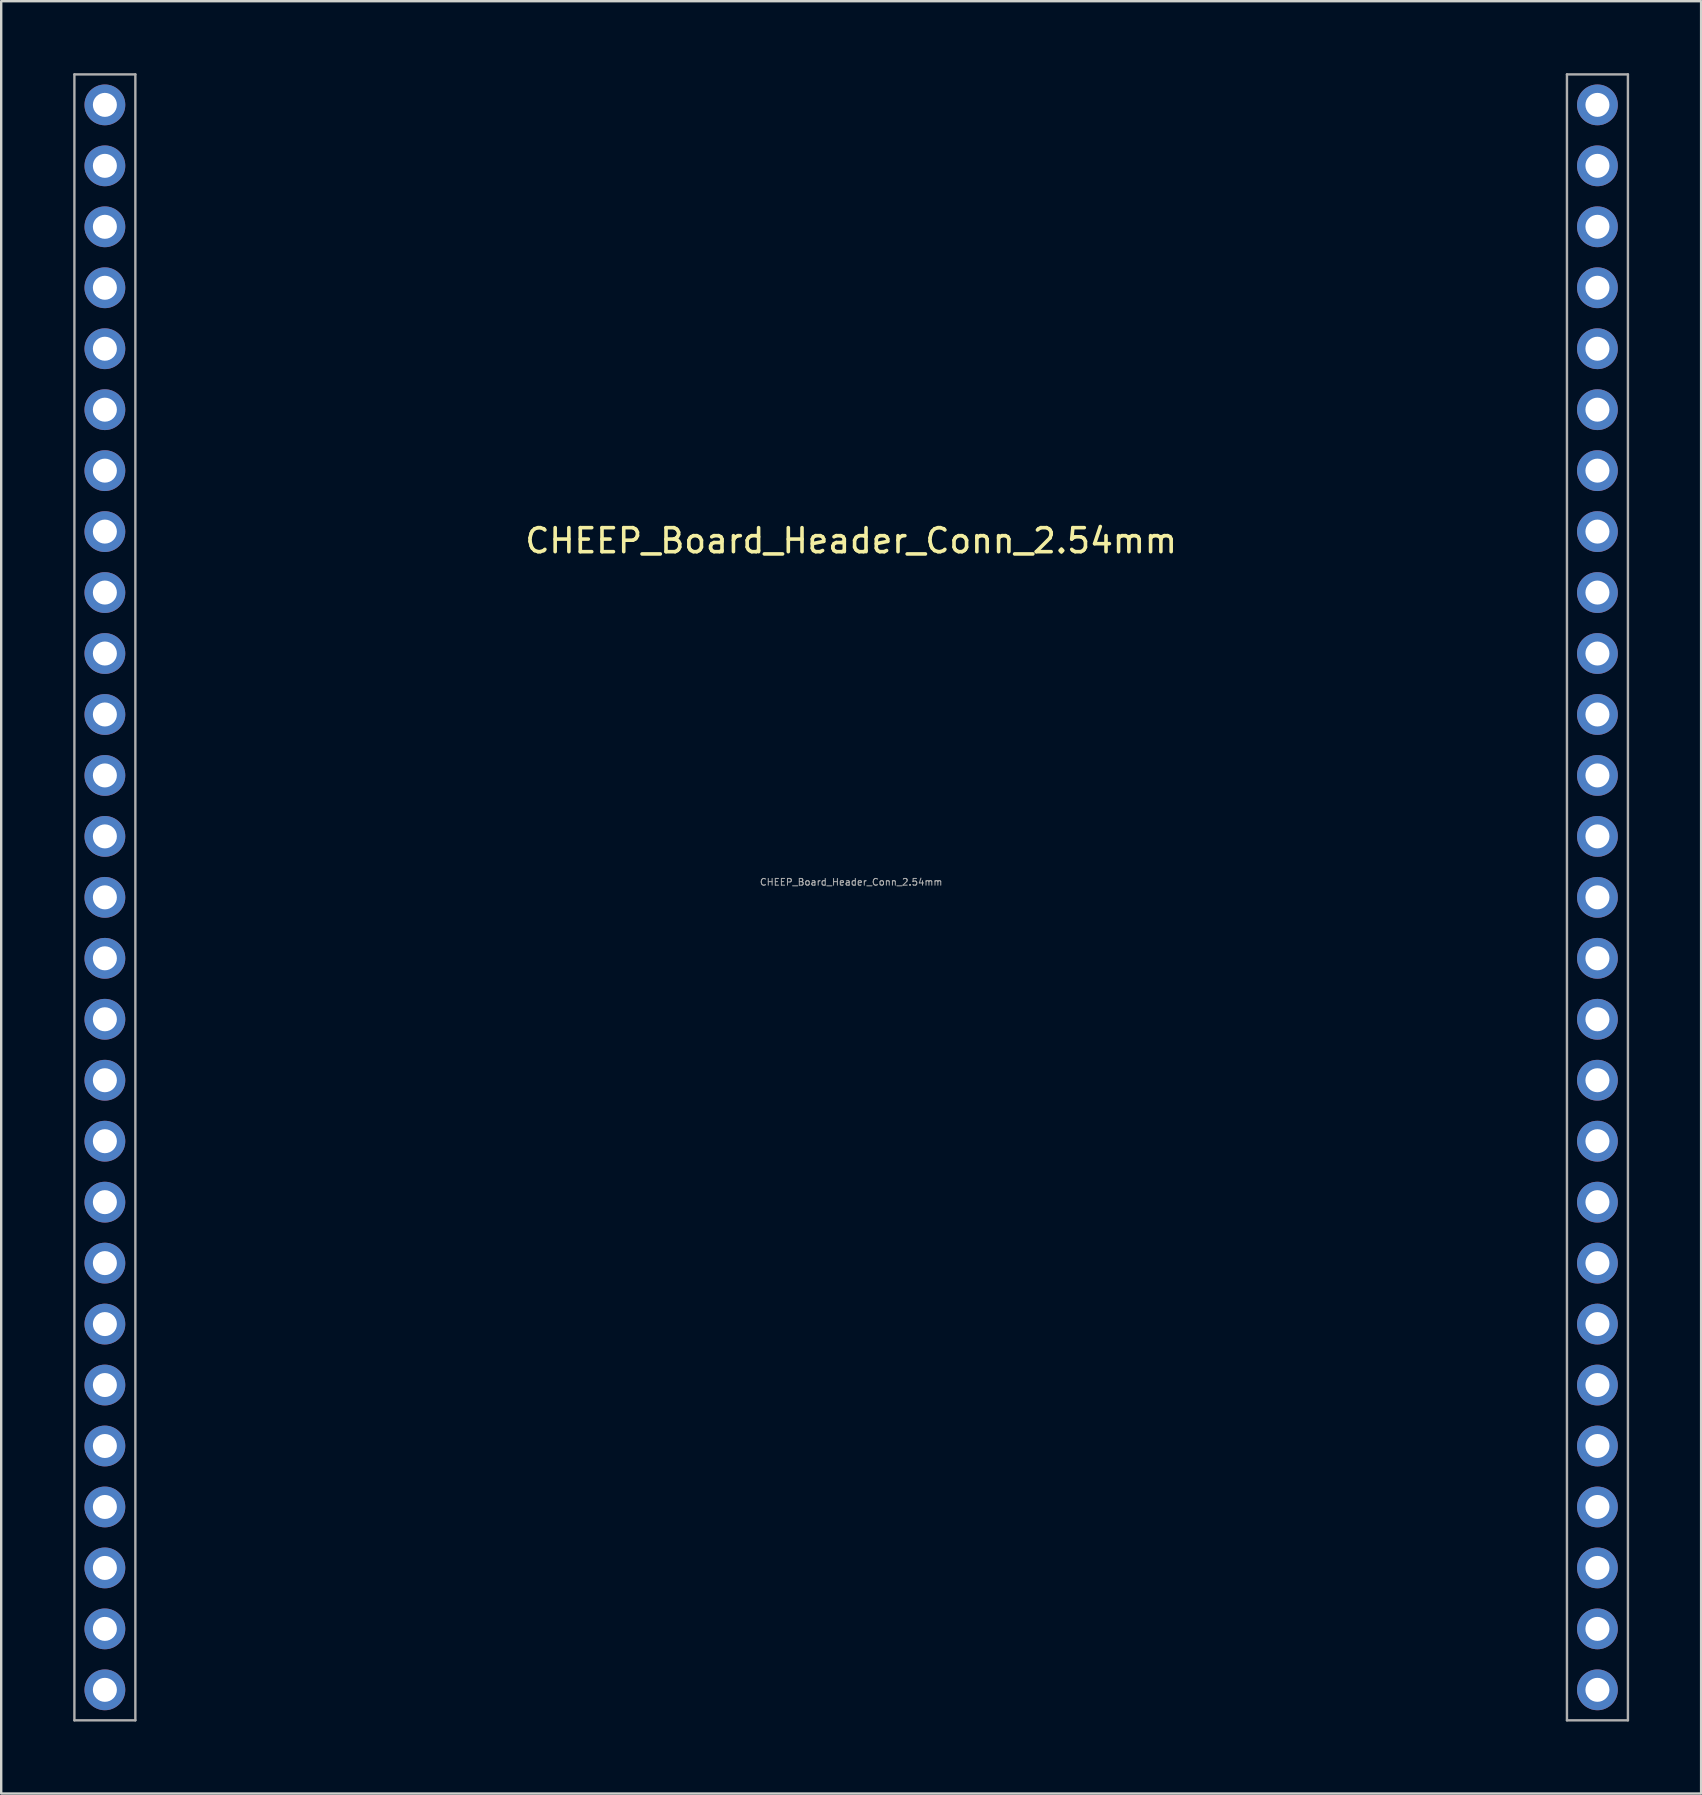
<source format=kicad_pcb>
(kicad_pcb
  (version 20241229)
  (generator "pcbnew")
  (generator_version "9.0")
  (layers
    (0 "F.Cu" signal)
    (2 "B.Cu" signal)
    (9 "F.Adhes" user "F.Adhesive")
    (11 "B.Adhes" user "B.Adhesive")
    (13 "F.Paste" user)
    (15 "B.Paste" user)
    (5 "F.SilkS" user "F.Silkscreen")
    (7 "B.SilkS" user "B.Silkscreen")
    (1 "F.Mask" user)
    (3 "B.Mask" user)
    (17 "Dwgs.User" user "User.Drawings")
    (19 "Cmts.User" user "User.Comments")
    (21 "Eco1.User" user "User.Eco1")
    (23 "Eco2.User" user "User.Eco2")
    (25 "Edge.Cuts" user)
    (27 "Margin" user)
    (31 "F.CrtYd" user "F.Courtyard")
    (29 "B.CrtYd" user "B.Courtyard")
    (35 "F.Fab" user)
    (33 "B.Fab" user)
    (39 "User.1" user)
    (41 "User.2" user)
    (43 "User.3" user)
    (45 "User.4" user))
  (footprint "CHEEP_Board_Header_Conn_2.54mm"
    (layer "F.Cu")
    (at 32.415 34.34)
    (property "Reference" "CHEEP_Board_Header_Conn_2.54mm" (at 0 -14.859 0) (unlocked yes) (layer "F.SilkS") (effects (font (size 1 1) (thickness 0.15))))
    (attr smd)
    (fp_line (start -32.365 -34.29) (end -29.825 -34.29) (stroke (width 0.1) (type solid)) (layer "F.Fab"))
    (fp_line (start -32.365 34.29) (end -32.365 -34.29) (stroke (width 0.1) (type solid)) (layer "F.Fab"))
    (fp_line (start -29.825 -34.29) (end -29.825 34.29) (stroke (width 0.1) (type solid)) (layer "F.Fab"))
    (fp_line (start -29.825 34.29) (end -32.365 34.29) (stroke (width 0.1) (type solid)) (layer "F.Fab"))
    (fp_line (start 29.825 -34.29) (end 29.825 34.29) (stroke (width 0.1) (type solid)) (layer "F.Fab"))
    (fp_line (start 29.825 34.29) (end 32.365 34.29) (stroke (width 0.1) (type solid)) (layer "F.Fab"))
    (fp_line (start 32.365 -34.29) (end 29.825 -34.29) (stroke (width 0.1) (type solid)) (layer "F.Fab"))
    (fp_line (start 32.365 34.29) (end 32.365 -34.29) (stroke (width 0.1) (type solid)) (layer "F.Fab"))
    (fp_text user "${REFERENCE}" (at 0 -0.635 0) (unlocked yes) (layer "F.Fab") (effects (font (size 0.28 0.28) (thickness 0.042))))
    (pad "1" thru_hole oval (at -31.095 -33.02) (size 1.7 1.7) (drill 1) (layers "*.Cu" "*.Mask"))
    (pad "2" thru_hole oval (at -31.095 -30.48) (size 1.7 1.7) (drill 1) (layers "*.Cu" "*.Mask"))
    (pad "3" thru_hole oval (at -31.095 -27.94) (size 1.7 1.7) (drill 1) (layers "*.Cu" "*.Mask"))
    (pad "4" thru_hole oval (at -31.095 -25.4) (size 1.7 1.7) (drill 1) (layers "*.Cu" "*.Mask"))
    (pad "5" thru_hole oval (at -31.095 -22.86) (size 1.7 1.7) (drill 1) (layers "*.Cu" "*.Mask"))
    (pad "6" thru_hole oval (at -31.095 -20.32) (size 1.7 1.7) (drill 1) (layers "*.Cu" "*.Mask"))
    (pad "7" thru_hole oval (at -31.095 -17.78) (size 1.7 1.7) (drill 1) (layers "*.Cu" "*.Mask"))
    (pad "8" thru_hole oval (at -31.095 -15.24) (size 1.7 1.7) (drill 1) (layers "*.Cu" "*.Mask"))
    (pad "9" thru_hole oval (at -31.095 -12.7) (size 1.7 1.7) (drill 1) (layers "*.Cu" "*.Mask"))
    (pad "10" thru_hole oval (at -31.095 -10.16) (size 1.7 1.7) (drill 1) (layers "*.Cu" "*.Mask"))
    (pad "11" thru_hole oval (at -31.095 -7.62) (size 1.7 1.7) (drill 1) (layers "*.Cu" "*.Mask"))
    (pad "12" thru_hole oval (at -31.095 -5.08) (size 1.7 1.7) (drill 1) (layers "*.Cu" "*.Mask"))
    (pad "13" thru_hole oval (at -31.095 -2.54) (size 1.7 1.7) (drill 1) (layers "*.Cu" "*.Mask"))
    (pad "14" thru_hole oval (at -31.095 0) (size 1.7 1.7) (drill 1) (layers "*.Cu" "*.Mask"))
    (pad "15" thru_hole oval (at -31.095 2.54) (size 1.7 1.7) (drill 1) (layers "*.Cu" "*.Mask"))
    (pad "16" thru_hole oval (at -31.095 5.08) (size 1.7 1.7) (drill 1) (layers "*.Cu" "*.Mask"))
    (pad "17" thru_hole oval (at -31.095 7.62) (size 1.7 1.7) (drill 1) (layers "*.Cu" "*.Mask"))
    (pad "18" thru_hole oval (at -31.095 10.16) (size 1.7 1.7) (drill 1) (layers "*.Cu" "*.Mask"))
    (pad "19" thru_hole oval (at -31.095 12.7) (size 1.7 1.7) (drill 1) (layers "*.Cu" "*.Mask"))
    (pad "20" thru_hole oval (at -31.095 15.24) (size 1.7 1.7) (drill 1) (layers "*.Cu" "*.Mask"))
    (pad "21" thru_hole oval (at -31.095 17.78) (size 1.7 1.7) (drill 1) (layers "*.Cu" "*.Mask"))
    (pad "22" thru_hole oval (at -31.095 20.32) (size 1.7 1.7) (drill 1) (layers "*.Cu" "*.Mask"))
    (pad "23" thru_hole oval (at -31.095 22.86) (size 1.7 1.7) (drill 1) (layers "*.Cu" "*.Mask"))
    (pad "24" thru_hole oval (at -31.095 25.4) (size 1.7 1.7) (drill 1) (layers "*.Cu" "*.Mask"))
    (pad "25" thru_hole oval (at -31.095 27.94) (size 1.7 1.7) (drill 1) (layers "*.Cu" "*.Mask"))
    (pad "26" thru_hole oval (at -31.095 30.48) (size 1.7 1.7) (drill 1) (layers "*.Cu" "*.Mask"))
    (pad "27" thru_hole oval (at -31.095 33.02) (size 1.7 1.7) (drill 1) (layers "*.Cu" "*.Mask"))
    (pad "28" thru_hole oval (at 31.095 33.02 180) (size 1.7 1.7) (drill 1) (layers "*.Cu" "*.Mask"))
    (pad "29" thru_hole oval (at 31.095 30.48 180) (size 1.7 1.7) (drill 1) (layers "*.Cu" "*.Mask"))
    (pad "30" thru_hole oval (at 31.095 27.94 180) (size 1.7 1.7) (drill 1) (layers "*.Cu" "*.Mask"))
    (pad "31" thru_hole oval (at 31.095 25.4 180) (size 1.7 1.7) (drill 1) (layers "*.Cu" "*.Mask"))
    (pad "32" thru_hole oval (at 31.095 22.86) (size 1.7 1.7) (drill 1) (layers "*.Cu" "*.Mask"))
    (pad "33" thru_hole oval (at 31.095 20.32) (size 1.7 1.7) (drill 1) (layers "*.Cu" "*.Mask"))
    (pad "34" thru_hole oval (at 31.095 17.78) (size 1.7 1.7) (drill 1) (layers "*.Cu" "*.Mask"))
    (pad "35" thru_hole oval (at 31.095 15.24) (size 1.7 1.7) (drill 1) (layers "*.Cu" "*.Mask"))
    (pad "36" thru_hole oval (at 31.095 12.7) (size 1.7 1.7) (drill 1) (layers "*.Cu" "*.Mask"))
    (pad "37" thru_hole oval (at 31.095 10.16) (size 1.7 1.7) (drill 1) (layers "*.Cu" "*.Mask"))
    (pad "38" thru_hole oval (at 31.095 7.62) (size 1.7 1.7) (drill 1) (layers "*.Cu" "*.Mask"))
    (pad "39" thru_hole oval (at 31.095 5.08) (size 1.7 1.7) (drill 1) (layers "*.Cu" "*.Mask"))
    (pad "40" thru_hole oval (at 31.095 2.54) (size 1.7 1.7) (drill 1) (layers "*.Cu" "*.Mask"))
    (pad "41" thru_hole oval (at 31.095 0) (size 1.7 1.7) (drill 1) (layers "*.Cu" "*.Mask"))
    (pad "42" thru_hole oval (at 31.095 -2.54) (size 1.7 1.7) (drill 1) (layers "*.Cu" "*.Mask"))
    (pad "43" thru_hole oval (at 31.095 -5.08) (size 1.7 1.7) (drill 1) (layers "*.Cu" "*.Mask"))
    (pad "44" thru_hole oval (at 31.095 -7.62) (size 1.7 1.7) (drill 1) (layers "*.Cu" "*.Mask"))
    (pad "45" thru_hole oval (at 31.095 -10.16) (size 1.7 1.7) (drill 1) (layers "*.Cu" "*.Mask"))
    (pad "46" thru_hole oval (at 31.095 -12.7) (size 1.7 1.7) (drill 1) (layers "*.Cu" "*.Mask"))
    (pad "47" thru_hole oval (at 31.095 -15.24) (size 1.7 1.7) (drill 1) (layers "*.Cu" "*.Mask"))
    (pad "48" thru_hole oval (at 31.095 -17.78) (size 1.7 1.7) (drill 1) (layers "*.Cu" "*.Mask"))
    (pad "49" thru_hole oval (at 31.095 -20.32) (size 1.7 1.7) (drill 1) (layers "*.Cu" "*.Mask"))
    (pad "50" thru_hole oval (at 31.095 -22.86) (size 1.7 1.7) (drill 1) (layers "*.Cu" "*.Mask"))
    (pad "51" thru_hole oval (at 31.095 -25.4) (size 1.7 1.7) (drill 1) (layers "*.Cu" "*.Mask"))
    (pad "52" thru_hole oval (at 31.095 -27.94) (size 1.7 1.7) (drill 1) (layers "*.Cu" "*.Mask"))
    (pad "53" thru_hole oval (at 31.095 -30.48) (size 1.7 1.7) (drill 1) (layers "*.Cu" "*.Mask"))
    (pad "54" thru_hole oval (at 31.095 -33.02) (size 1.7 1.7) (drill 1) (layers "*.Cu" "*.Mask")))
  (gr_rect
    (start -3 -3)
    (end 67.83 71.68)
    (stroke (width 0.1) (type default))
    (fill no)
    (layer "Edge.Cuts")))
</source>
